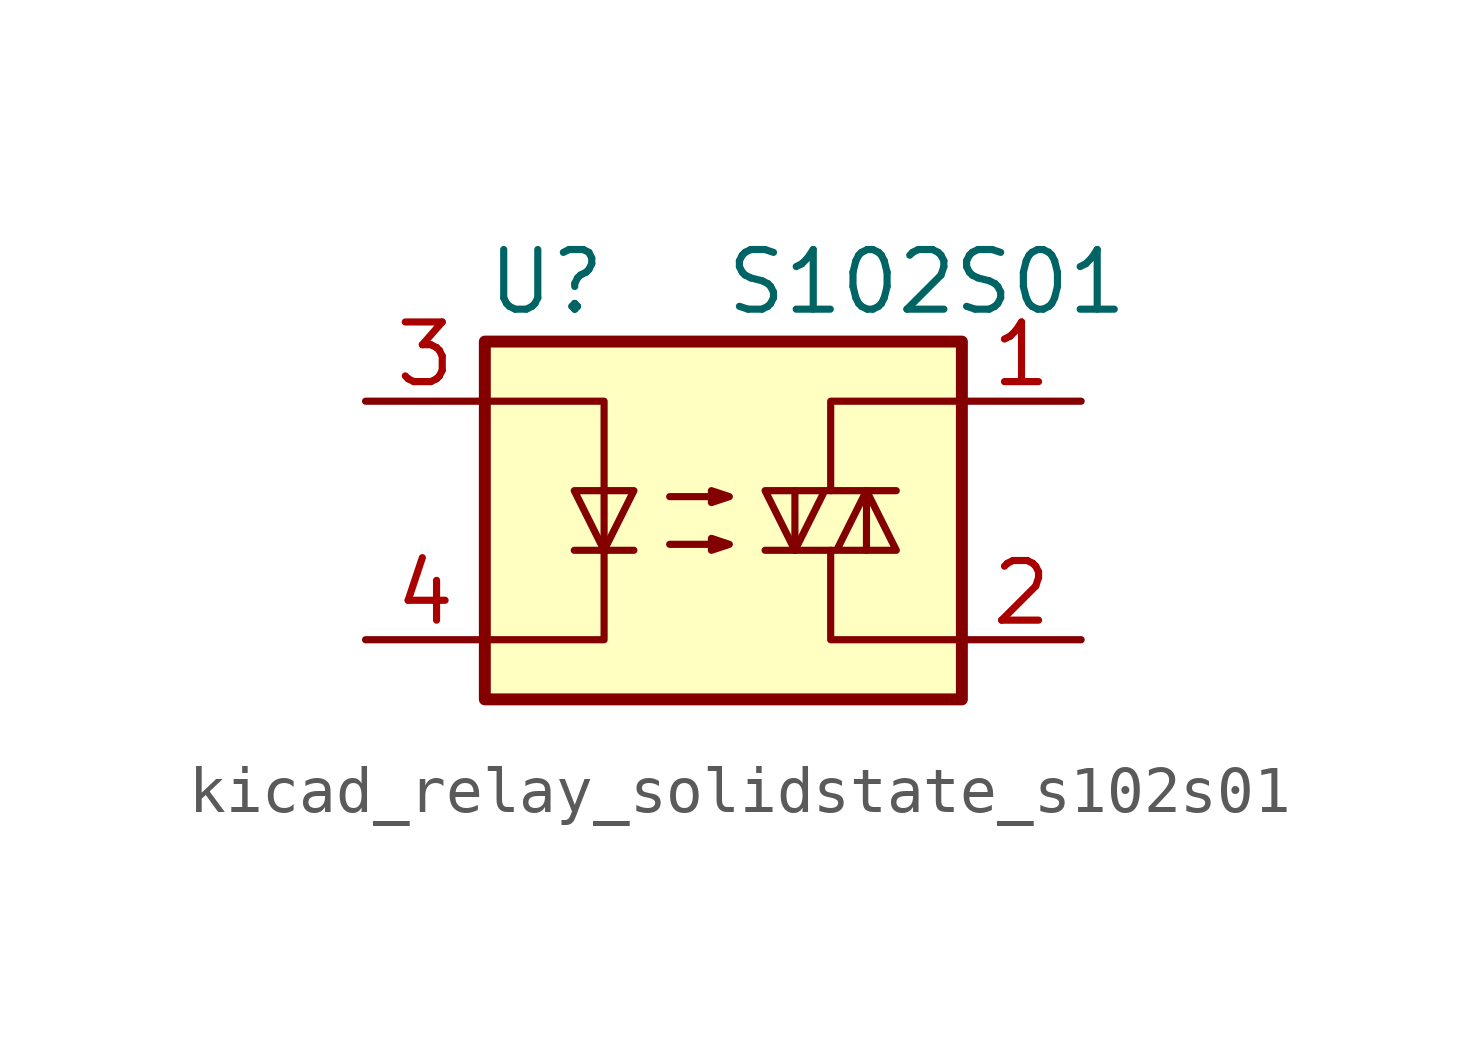
<source format=kicad_sym>
(kicad_symbol_lib
  (version 20220914)
  (generator kicad_symbol_editor)
  (symbol "kicad_relay_solidstate_s102s01"
    (property "Reference" "U"
      (at -5.08 5.08 0)
      (effects (font (size 1.27 1.27)) (justify left)))
    (property "Value" "S102S01"
      (at 0 5.08 0)
      (effects (font (size 1.27 1.27)) (justify left)))
    (symbol "kicad_relay_solidstate_s102s01_0_1"
      (rectangle (start -5.08 3.81) (end 5.08 -3.81) (stroke (width 0.254) (type default)) (fill (type background)))
      (polyline (pts (xy -3.175 -0.635) (xy -1.905 -0.635)) (stroke (width 0) (type default)) (fill (type none)))
      (polyline (pts (xy 1.524 -0.635) (xy 1.524 0.635)) (stroke (width 0) (type default)) (fill (type none)))
      (polyline (pts (xy 3.048 0.635) (xy 3.048 -0.635)) (stroke (width 0) (type default)) (fill (type none)))
      (polyline (pts (xy 2.286 -0.635) (xy 2.286 -2.54) (xy 5.08 -2.54)) (stroke (width 0) (type default)) (fill (type none)))
      (polyline (pts (xy 2.286 0.635) (xy 2.286 2.54) (xy 5.08 2.54)) (stroke (width 0) (type default)) (fill (type none)))
      (polyline (pts (xy -5.08 2.54) (xy -2.54 2.54) (xy -2.54 -2.54) (xy -5.08 -2.54)) (stroke (width 0) (type default)) (fill (type none)))
      (polyline (pts (xy -2.54 -0.635) (xy -3.175 0.635) (xy -1.905 0.635) (xy -2.54 -0.635)) (stroke (width 0) (type default)) (fill (type none)))
      (polyline (pts (xy 0.889 -0.635) (xy 3.683 -0.635) (xy 3.048 0.635) (xy 2.413 -0.635)) (stroke (width 0) (type default)) (fill (type none)))
      (polyline (pts (xy 3.683 0.635) (xy 0.889 0.635) (xy 1.524 -0.635) (xy 2.159 0.635)) (stroke (width 0) (type default)) (fill (type none)))
      (polyline (pts (xy -1.143 -0.508) (xy 0.127 -0.508) (xy -0.254 -0.635) (xy -0.254 -0.381) (xy 0.127 -0.508)) (stroke (width 0) (type default)) (fill (type none)))
      (polyline (pts (xy -1.143 0.508) (xy 0.127 0.508) (xy -0.254 0.381) (xy -0.254 0.635) (xy 0.127 0.508)) (stroke (width 0) (type default)) (fill (type none))))
    (symbol "kicad_relay_solidstate_s102s01_1_1"
      (pin passive line (at 7.62 2.54 180) (length 2.54) (name "~" (effects (font (size 1.27 1.27)))) (number "1" (effects (font (size 1.27 1.27)))))
      (pin passive line (at 7.62 -2.54 180) (length 2.54) (name "~" (effects (font (size 1.27 1.27)))) (number "2" (effects (font (size 1.27 1.27)))))
      (pin passive line (at -7.62 2.54 0) (length 2.54) (name "~" (effects (font (size 1.27 1.27)))) (number "3" (effects (font (size 1.27 1.27)))))
      (pin passive line (at -7.62 -2.54 0) (length 2.54) (name "~" (effects (font (size 1.27 1.27)))) (number "4" (effects (font (size 1.27 1.27))))))))
</source>
